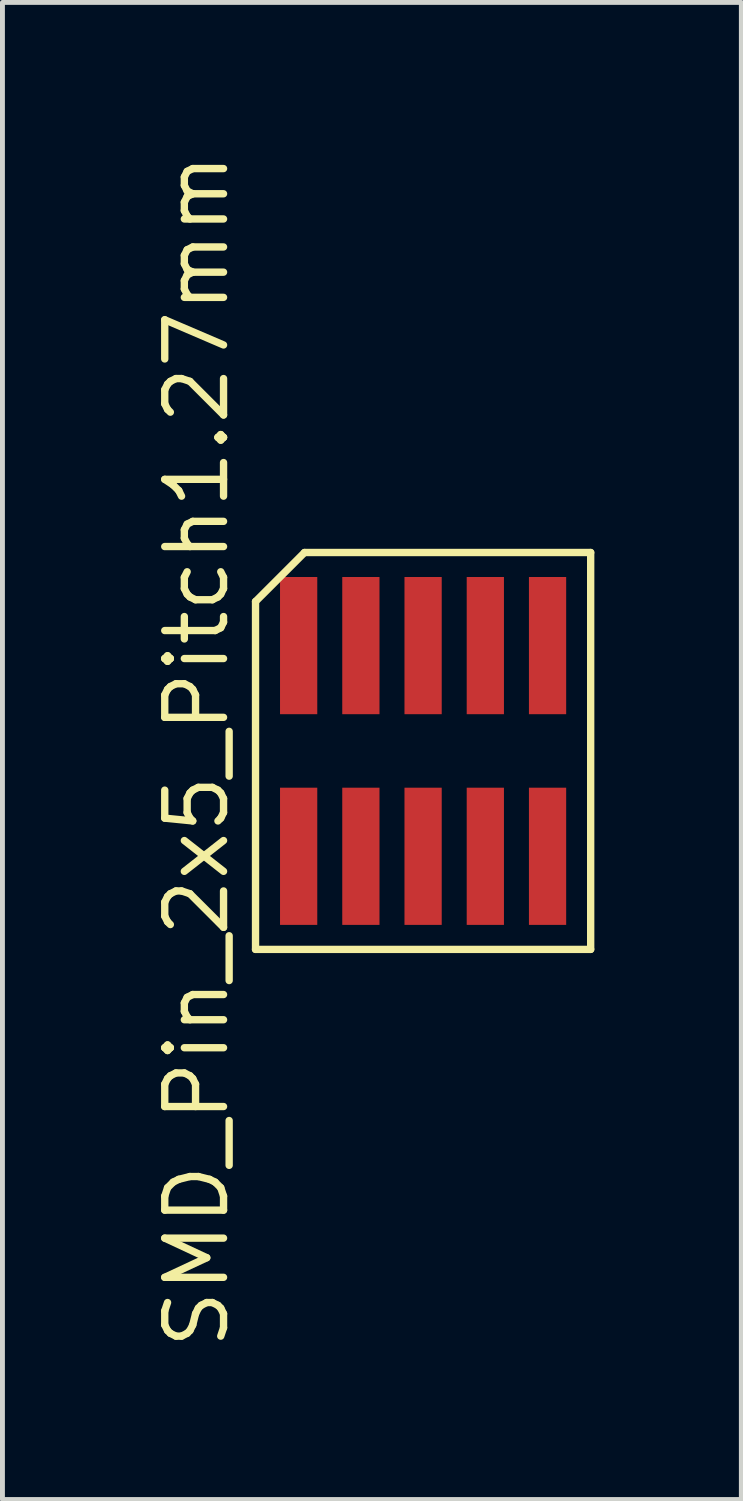
<source format=kicad_pcb>
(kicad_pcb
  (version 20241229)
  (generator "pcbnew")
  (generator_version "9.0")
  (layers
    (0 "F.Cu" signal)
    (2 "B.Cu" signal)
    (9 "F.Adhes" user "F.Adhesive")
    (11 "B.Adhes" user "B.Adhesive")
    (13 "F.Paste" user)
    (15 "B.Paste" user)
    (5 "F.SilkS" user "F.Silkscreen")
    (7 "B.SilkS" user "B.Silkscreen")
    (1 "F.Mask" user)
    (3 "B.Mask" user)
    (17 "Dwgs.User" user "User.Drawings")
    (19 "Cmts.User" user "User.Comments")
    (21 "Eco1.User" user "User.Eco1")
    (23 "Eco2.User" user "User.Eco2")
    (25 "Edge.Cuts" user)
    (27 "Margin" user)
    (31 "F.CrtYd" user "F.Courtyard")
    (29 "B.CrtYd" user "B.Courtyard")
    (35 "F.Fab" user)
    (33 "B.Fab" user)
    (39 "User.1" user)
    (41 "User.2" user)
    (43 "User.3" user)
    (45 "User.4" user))
  (footprint "SMD_Pin_2x5_Pitch1.27mm"
    (layer "F.Cu")
    (at 5.585 12.276)
    (property "Reference" "SMD_Pin_2x5_Pitch1.27mm" (at -4.62 0 90) (layer "F.SilkS") (effects (font (size 1.2 1.2) (thickness 0.15))))
    (attr through_hole)
    (fp_line (start -3.42 -3.05) (end -3.42 4.05) (stroke (width 0.15) (type solid)) (layer "F.SilkS"))
    (fp_line (start -3.42 4.05) (end 3.42 4.05) (stroke (width 0.15) (type solid)) (layer "F.SilkS"))
    (fp_line (start -2.42 -4.05) (end -3.42 -3.05) (stroke (width 0.15) (type solid)) (layer "F.SilkS"))
    (fp_line (start 3.42 -4.05) (end -2.42 -4.05) (stroke (width 0.15) (type solid)) (layer "F.SilkS"))
    (fp_line (start 3.42 4.05) (end 3.42 -4.05) (stroke (width 0.15) (type solid)) (layer "F.SilkS"))
    (pad "1" smd rect (at -2.54 2.15) (size 0.76 2.8) (layers "F.Cu" "F.Mask" "F.Paste"))
    (pad "2" smd rect (at -2.54 -2.15) (size 0.76 2.8) (layers "F.Cu" "F.Mask" "F.Paste"))
    (pad "3" smd rect (at -1.27 2.15) (size 0.76 2.8) (layers "F.Cu" "F.Mask" "F.Paste"))
    (pad "4" smd rect (at -1.27 -2.15) (size 0.76 2.8) (layers "F.Cu" "F.Mask" "F.Paste"))
    (pad "5" smd rect (at 0 2.15) (size 0.76 2.8) (layers "F.Cu" "F.Mask" "F.Paste"))
    (pad "6" smd rect (at 0 -2.15) (size 0.76 2.8) (layers "F.Cu" "F.Mask" "F.Paste"))
    (pad "7" smd rect (at 1.27 2.15) (size 0.76 2.8) (layers "F.Cu" "F.Mask" "F.Paste"))
    (pad "8" smd rect (at 1.27 -2.15) (size 0.76 2.8) (layers "F.Cu" "F.Mask" "F.Paste"))
    (pad "9" smd rect (at 2.54 2.15) (size 0.76 2.8) (layers "F.Cu" "F.Mask" "F.Paste"))
    (pad "10" smd rect (at 2.54 -2.15) (size 0.76 2.8) (layers "F.Cu" "F.Mask" "F.Paste")))
  (gr_rect
    (start -3 -3)
    (end 12.08 27.553)
    (stroke (width 0.1) (type default))
    (fill no)
    (layer "Edge.Cuts")))
</source>
